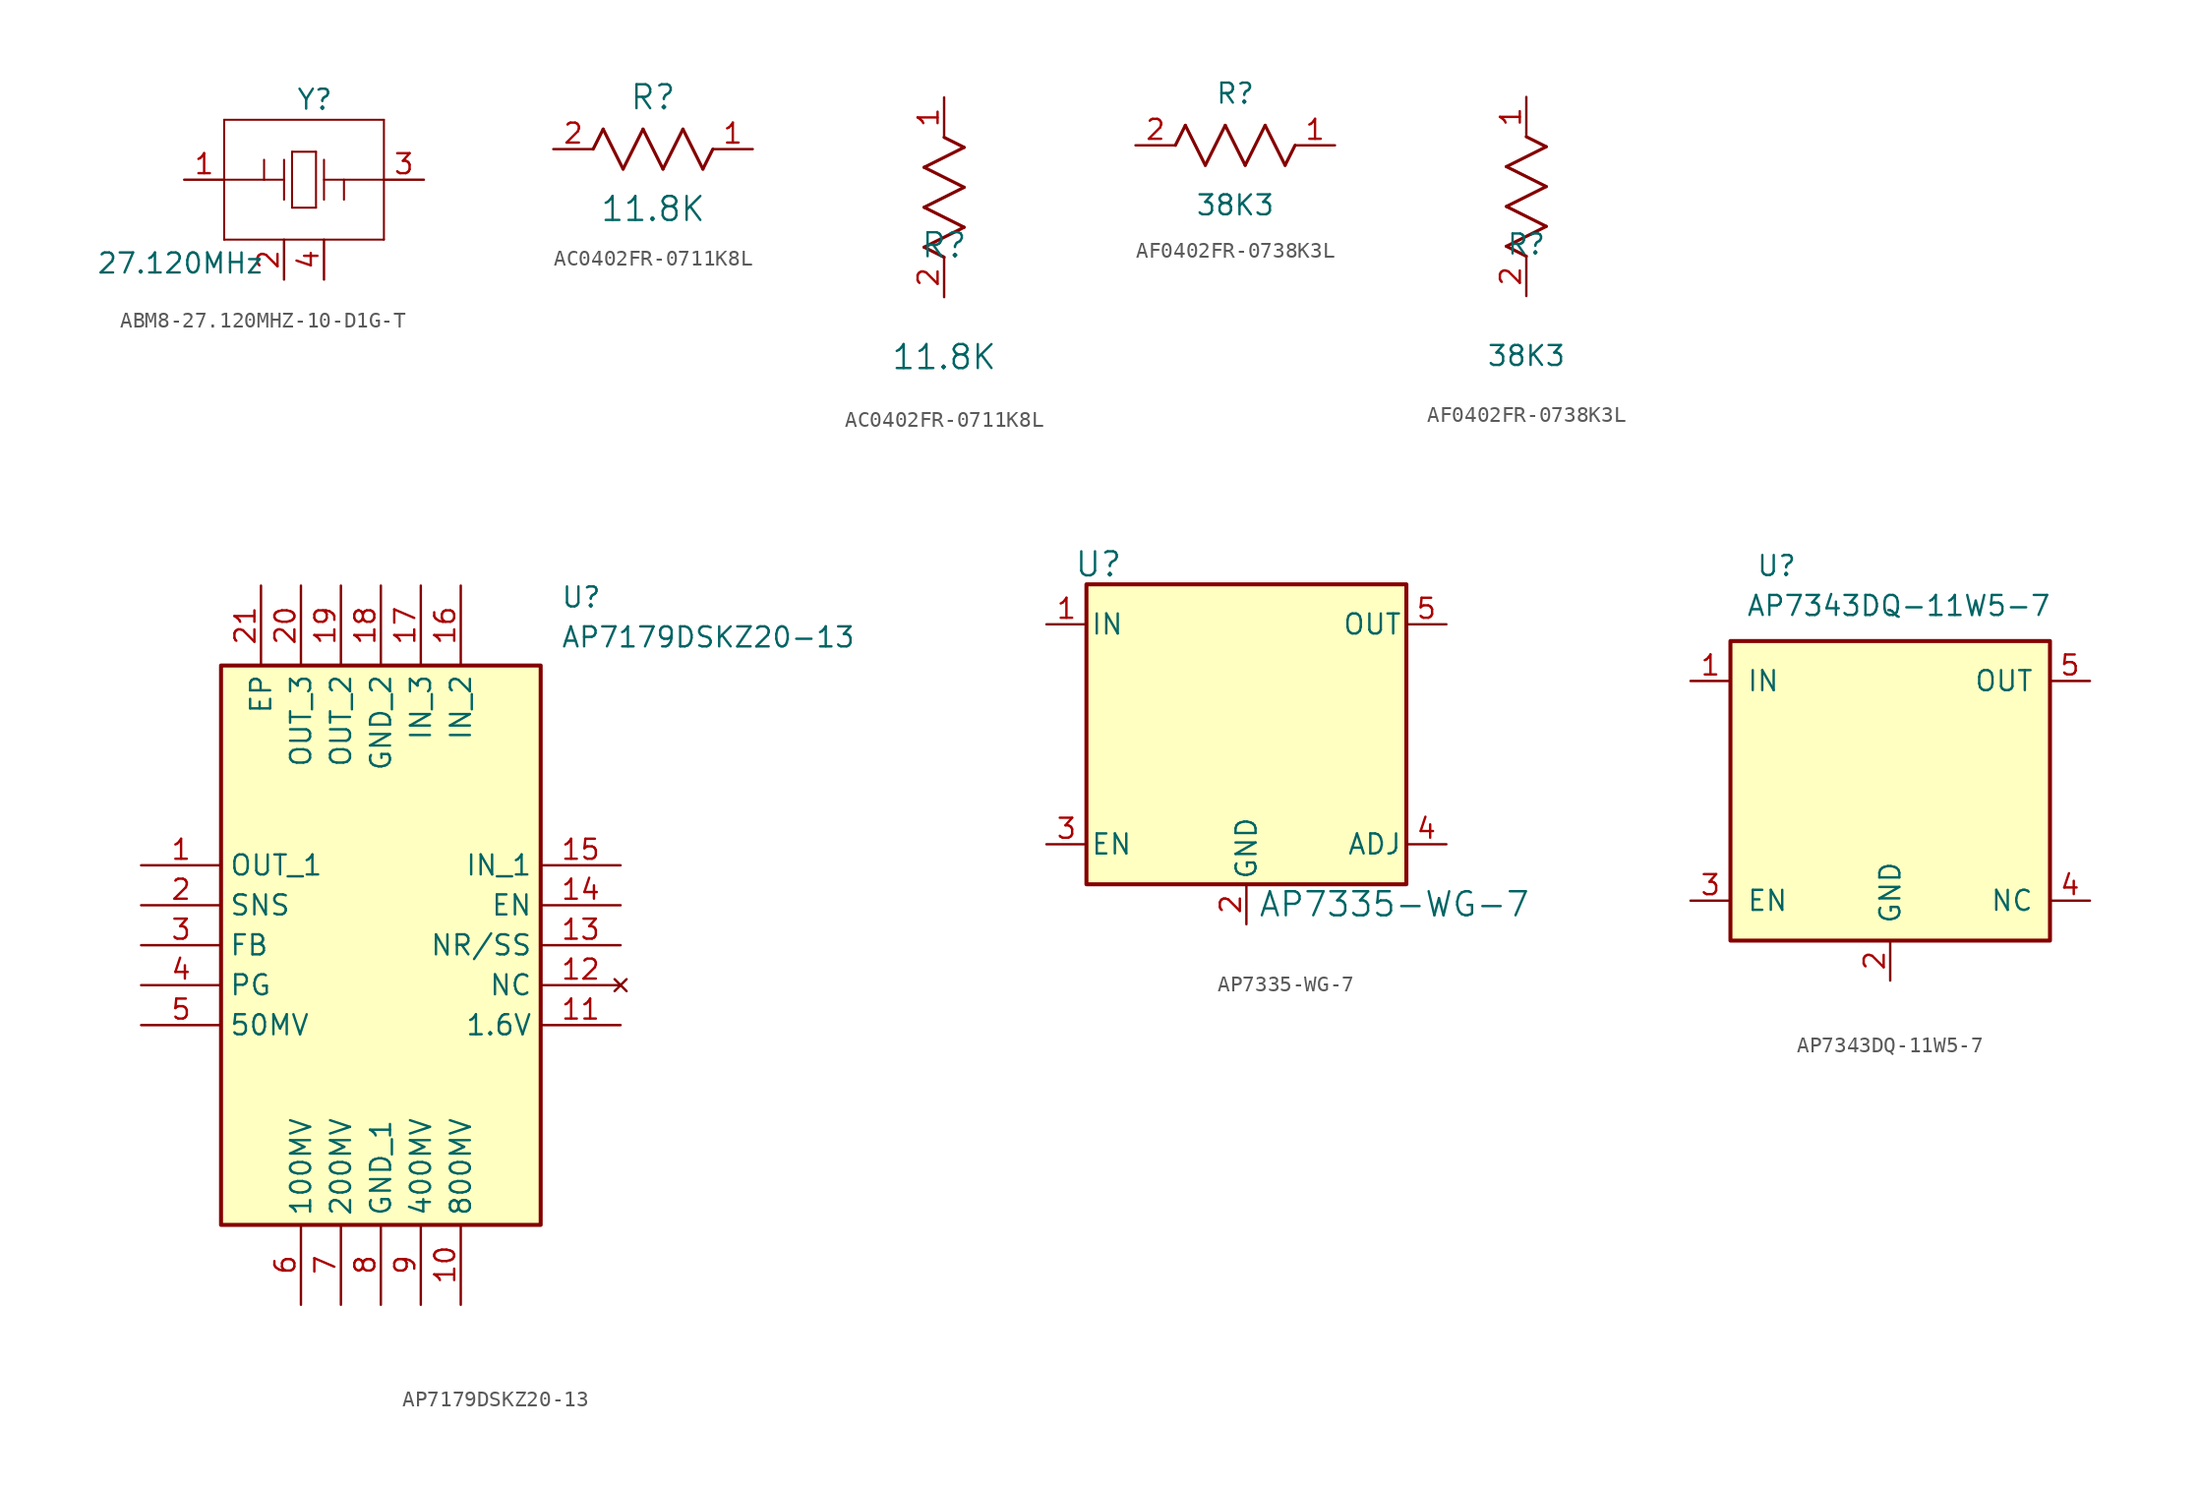
<source format=kicad_sym>
(kicad_symbol_lib
  (version 20241209)
  (generator "kicad_symbol_editor")
  (generator_version "9.0")
  (symbol "ABM8-27.120MHZ-10-D1G-T"
    (pin_names
      (hide yes))
    (property "Reference" "Y"
      (at -0.508 5.842 0)
      (effects (font (size 1.27 1.27)) (justify left top)))
    (property "Value" "27.120MHz"
      (at -13.208 -4.572 0)
      (effects (font (size 1.27 1.27)) (justify left top)))
    (symbol "ABM8-27.120MHZ-10-D1G-T_0_1"
      (polyline (pts (xy -5.08 3.81) (xy -5.08 -3.81)) (stroke (width 0.127) (type default)) (fill (type none)))
      (polyline (pts (xy -5.08 -3.81) (xy 5.08 -3.81)) (stroke (width 0.127) (type default)) (fill (type none)))
      (polyline (pts (xy -2.54 0) (xy -5.08 0)) (stroke (width 0.127) (type default)) (fill (type none)))
      (polyline (pts (xy -2.54 0) (xy -2.54 1.27)) (stroke (width 0.127) (type default)) (fill (type none)))
      (polyline (pts (xy -1.27 1.27) (xy -1.27 -1.27)) (stroke (width 0.127) (type default)) (fill (type none)))
      (polyline (pts (xy -1.27 0) (xy -2.54 0)) (stroke (width 0.127) (type default)) (fill (type none)))
      (polyline (pts (xy -0.762 1.778) (xy -0.762 -1.778)) (stroke (width 0.127) (type default)) (fill (type none)))
      (polyline (pts (xy -0.762 -1.778) (xy 0.762 -1.778)) (stroke (width 0.127) (type default)) (fill (type none)))
      (polyline (pts (xy 0.762 1.778) (xy -0.762 1.778)) (stroke (width 0.127) (type default)) (fill (type none)))
      (polyline (pts (xy 0.762 -1.778) (xy 0.762 1.778)) (stroke (width 0.127) (type default)) (fill (type none)))
      (polyline (pts (xy 1.27 1.27) (xy 1.27 -1.27)) (stroke (width 0.127) (type default)) (fill (type none)))
      (polyline (pts (xy 1.27 0) (xy 2.54 0)) (stroke (width 0.127) (type default)) (fill (type none)))
      (polyline (pts (xy 2.54 0) (xy 2.54 -1.27)) (stroke (width 0.127) (type default)) (fill (type none)))
      (polyline (pts (xy 2.54 0) (xy 5.08 0)) (stroke (width 0.127) (type default)) (fill (type none)))
      (polyline (pts (xy 5.08 3.81) (xy -5.08 3.81)) (stroke (width 0.127) (type default)) (fill (type none)))
      (polyline (pts (xy 5.08 -3.81) (xy 5.08 3.81)) (stroke (width 0.127) (type default)) (fill (type none))))
    (symbol "ABM8-27.120MHZ-10-D1G-T_1_1"
      (pin passive line (at -7.62 0 0) (length 2.54) (name "1" (effects (font (size 1.27 1.27)))) (number "1" (effects (font (size 1.27 1.27)))))
      (pin passive line (at -1.27 -6.35 90) (length 2.54) (name "2" (effects (font (size 1.27 1.27)))) (number "2" (effects (font (size 1.27 1.27)))))
      (pin passive line (at 1.27 -6.35 90) (length 2.54) (name "4" (effects (font (size 1.27 1.27)))) (number "4" (effects (font (size 1.27 1.27)))))
      (pin passive line (at 7.62 0 180) (length 2.54) (name "3" (effects (font (size 1.27 1.27)))) (number "3" (effects (font (size 1.27 1.27)))))))
  (symbol "AC0402FR-0711K8L"
    (pin_names
      (offset 0.254))
    (property "Reference" "R"
      (at 0 3.302 0)
      (effects (font (size 1.524 1.524))))
    (property "Value" "11.8K"
      (at 0 -3.81 0)
      (effects (font (size 1.524 1.524))))
    (symbol "AC0402FR-0711K8L_1_1"
      (polyline (pts (xy -3.81 0) (xy -3.175 1.27)) (stroke (width 0.203) (type default)) (fill (type none)))
      (polyline (pts (xy -3.175 1.27) (xy -1.905 -1.27)) (stroke (width 0.203) (type default)) (fill (type none)))
      (polyline (pts (xy -1.905 -1.27) (xy -0.635 1.27)) (stroke (width 0.203) (type default)) (fill (type none)))
      (polyline (pts (xy -0.635 1.27) (xy 0.635 -1.27)) (stroke (width 0.203) (type default)) (fill (type none)))
      (polyline (pts (xy 0.635 -1.27) (xy 1.905 1.27)) (stroke (width 0.203) (type default)) (fill (type none)))
      (polyline (pts (xy 1.905 1.27) (xy 3.175 -1.27)) (stroke (width 0.203) (type default)) (fill (type none)))
      (polyline (pts (xy 3.175 -1.27) (xy 3.81 0)) (stroke (width 0.203) (type default)) (fill (type none)))
      (pin passive line (at -6.35 0 0) (length 2.54) (name "" (effects (font (size 1.27 1.27)))) (number "2" (effects (font (size 1.27 1.27)))))
      (pin passive line (at 6.35 0 180) (length 2.54) (name "" (effects (font (size 1.27 1.27)))) (number "1" (effects (font (size 1.27 1.27))))))
    (symbol "AC0402FR-0711K8L_1_2"
      (polyline (pts (xy -1.27 8.255) (xy 1.27 9.525)) (stroke (width 0.203) (type default)) (fill (type none)))
      (polyline (pts (xy -1.27 5.715) (xy 1.27 6.985)) (stroke (width 0.203) (type default)) (fill (type none)))
      (polyline (pts (xy -1.27 3.175) (xy 1.27 4.445)) (stroke (width 0.203) (type default)) (fill (type none)))
      (polyline (pts (xy 0 2.54) (xy -1.27 3.175)) (stroke (width 0.203) (type default)) (fill (type none)))
      (polyline (pts (xy 1.27 9.525) (xy 0 10.16)) (stroke (width 0.203) (type default)) (fill (type none)))
      (polyline (pts (xy 1.27 6.985) (xy -1.27 8.255)) (stroke (width 0.203) (type default)) (fill (type none)))
      (polyline (pts (xy 1.27 4.445) (xy -1.27 5.715)) (stroke (width 0.203) (type default)) (fill (type none)))
      (pin unspecified line (at 0 12.7 270) (length 2.54) (name "" (effects (font (size 1.27 1.27)))) (number "1" (effects (font (size 1.27 1.27)))))
      (pin unspecified line (at 0 0 90) (length 2.54) (name "" (effects (font (size 1.27 1.27)))) (number "2" (effects (font (size 1.27 1.27)))))))
  (symbol "AF0402FR-0738K3L"
    (pin_names
      (offset 0.254))
    (property "Reference" "R"
      (at 0 3.302 0)
      (effects (font (size 1.27 1.27))))
    (property "Value" "38K3"
      (at 0 -3.81 0)
      (effects (font (size 1.27 1.27))))
    (symbol "AF0402FR-0738K3L_1_1"
      (polyline (pts (xy -3.81 0) (xy -3.175 1.27)) (stroke (width 0.203) (type default)) (fill (type none)))
      (polyline (pts (xy -3.175 1.27) (xy -1.905 -1.27)) (stroke (width 0.203) (type default)) (fill (type none)))
      (polyline (pts (xy -1.905 -1.27) (xy -0.635 1.27)) (stroke (width 0.203) (type default)) (fill (type none)))
      (polyline (pts (xy -0.635 1.27) (xy 0.635 -1.27)) (stroke (width 0.203) (type default)) (fill (type none)))
      (polyline (pts (xy 0.635 -1.27) (xy 1.905 1.27)) (stroke (width 0.203) (type default)) (fill (type none)))
      (polyline (pts (xy 1.905 1.27) (xy 3.175 -1.27)) (stroke (width 0.203) (type default)) (fill (type none)))
      (polyline (pts (xy 3.175 -1.27) (xy 3.81 0)) (stroke (width 0.203) (type default)) (fill (type none)))
      (pin passive line (at -6.35 0 0) (length 2.54) (name "" (effects (font (size 1.27 1.27)))) (number "2" (effects (font (size 1.27 1.27)))))
      (pin passive line (at 6.35 0 180) (length 2.54) (name "" (effects (font (size 1.27 1.27)))) (number "1" (effects (font (size 1.27 1.27))))))
    (symbol "AF0402FR-0738K3L_1_2"
      (polyline (pts (xy -1.27 8.255) (xy 1.27 9.525)) (stroke (width 0.203) (type default)) (fill (type none)))
      (polyline (pts (xy -1.27 5.715) (xy 1.27 6.985)) (stroke (width 0.203) (type default)) (fill (type none)))
      (polyline (pts (xy -1.27 3.175) (xy 1.27 4.445)) (stroke (width 0.203) (type default)) (fill (type none)))
      (polyline (pts (xy 0 2.54) (xy -1.27 3.175)) (stroke (width 0.203) (type default)) (fill (type none)))
      (polyline (pts (xy 1.27 9.525) (xy 0 10.16)) (stroke (width 0.203) (type default)) (fill (type none)))
      (polyline (pts (xy 1.27 6.985) (xy -1.27 8.255)) (stroke (width 0.203) (type default)) (fill (type none)))
      (polyline (pts (xy 1.27 4.445) (xy -1.27 5.715)) (stroke (width 0.203) (type default)) (fill (type none)))
      (pin unspecified line (at 0 12.7 270) (length 2.54) (name "" (effects (font (size 1.27 1.27)))) (number "1" (effects (font (size 1.27 1.27)))))
      (pin unspecified line (at 0 0 90) (length 2.54) (name "" (effects (font (size 1.27 1.27)))) (number "2" (effects (font (size 1.27 1.27)))))))
  (symbol "AP7179DSKZ20-13"
    (property "Reference" "U"
      (at 26.67 17.78 0)
      (effects (font (size 1.27 1.27)) (justify left top)))
    (property "Value" "AP7179DSKZ20-13"
      (at 26.67 15.24 0)
      (effects (font (size 1.27 1.27)) (justify left top)))
    (symbol "AP7179DSKZ20-13_1_1"
      (rectangle (start 5.08 12.7) (end 25.4 -22.86) (stroke (width 0.254) (type default)) (fill (type background)))
      (pin passive line (at 0 0 0) (length 5.08) (name "OUT_1" (effects (font (size 1.27 1.27)))) (number "1" (effects (font (size 1.27 1.27)))))
      (pin passive line (at 0 -2.54 0) (length 5.08) (name "SNS" (effects (font (size 1.27 1.27)))) (number "2" (effects (font (size 1.27 1.27)))))
      (pin passive line (at 0 -5.08 0) (length 5.08) (name "FB" (effects (font (size 1.27 1.27)))) (number "3" (effects (font (size 1.27 1.27)))))
      (pin passive line (at 0 -7.62 0) (length 5.08) (name "PG" (effects (font (size 1.27 1.27)))) (number "4" (effects (font (size 1.27 1.27)))))
      (pin passive line (at 0 -10.16 0) (length 5.08) (name "50MV" (effects (font (size 1.27 1.27)))) (number "5" (effects (font (size 1.27 1.27)))))
      (pin passive line (at 7.62 17.78 270) (length 5.08) (name "EP" (effects (font (size 1.27 1.27)))) (number "21" (effects (font (size 1.27 1.27)))))
      (pin passive line (at 10.16 17.78 270) (length 5.08) (name "OUT_3" (effects (font (size 1.27 1.27)))) (number "20" (effects (font (size 1.27 1.27)))))
      (pin passive line (at 10.16 -27.94 90) (length 5.08) (name "100MV" (effects (font (size 1.27 1.27)))) (number "6" (effects (font (size 1.27 1.27)))))
      (pin passive line (at 12.7 17.78 270) (length 5.08) (name "OUT_2" (effects (font (size 1.27 1.27)))) (number "19" (effects (font (size 1.27 1.27)))))
      (pin passive line (at 12.7 -27.94 90) (length 5.08) (name "200MV" (effects (font (size 1.27 1.27)))) (number "7" (effects (font (size 1.27 1.27)))))
      (pin passive line (at 15.24 17.78 270) (length 5.08) (name "GND_2" (effects (font (size 1.27 1.27)))) (number "18" (effects (font (size 1.27 1.27)))))
      (pin passive line (at 15.24 -27.94 90) (length 5.08) (name "GND_1" (effects (font (size 1.27 1.27)))) (number "8" (effects (font (size 1.27 1.27)))))
      (pin passive line (at 17.78 17.78 270) (length 5.08) (name "IN_3" (effects (font (size 1.27 1.27)))) (number "17" (effects (font (size 1.27 1.27)))))
      (pin passive line (at 17.78 -27.94 90) (length 5.08) (name "400MV" (effects (font (size 1.27 1.27)))) (number "9" (effects (font (size 1.27 1.27)))))
      (pin passive line (at 20.32 17.78 270) (length 5.08) (name "IN_2" (effects (font (size 1.27 1.27)))) (number "16" (effects (font (size 1.27 1.27)))))
      (pin passive line (at 20.32 -27.94 90) (length 5.08) (name "800MV" (effects (font (size 1.27 1.27)))) (number "10" (effects (font (size 1.27 1.27)))))
      (pin passive line (at 30.48 0 180) (length 5.08) (name "IN_1" (effects (font (size 1.27 1.27)))) (number "15" (effects (font (size 1.27 1.27)))))
      (pin passive line (at 30.48 -2.54 180) (length 5.08) (name "EN" (effects (font (size 1.27 1.27)))) (number "14" (effects (font (size 1.27 1.27)))))
      (pin passive line (at 30.48 -5.08 180) (length 5.08) (name "NR/SS" (effects (font (size 1.27 1.27)))) (number "13" (effects (font (size 1.27 1.27)))))
      (pin no_connect line (at 30.48 -7.62 180) (length 5.08) (name "NC" (effects (font (size 1.27 1.27)))) (number "12" (effects (font (size 1.27 1.27)))))
      (pin passive line (at 30.48 -10.16 180) (length 5.08) (name "1.6V" (effects (font (size 1.27 1.27)))) (number "11" (effects (font (size 1.27 1.27)))))))
  (symbol "AP7335-WG-7"
    (pin_names
      (offset 0.254))
    (property "Reference" "U"
      (at -9.398 10.16 0)
      (effects (font (size 1.524 1.524))))
    (property "Value" "AP7335-WG-7"
      (at 9.398 -11.43 0)
      (effects (font (size 1.524 1.524))))
    (symbol "AP7335-WG-7_0_1"
      (polyline (pts (xy -10.16 7.62) (xy -10.16 -7.62)) (stroke (width 0.127) (type default)) (fill (type none)))
      (polyline (pts (xy -10.16 -10.16) (xy 10.16 -10.16)) (stroke (width 0.127) (type default)) (fill (type none)))
      (polyline (pts (xy 10.16 8.89) (xy -10.16 8.89)) (stroke (width 0.127) (type default)) (fill (type none)))
      (polyline (pts (xy 10.16 -7.62) (xy 10.16 7.62)) (stroke (width 0.127) (type default)) (fill (type none))))
    (symbol "AP7335-WG-7_1_1"
      (rectangle (start -10.16 8.89) (end 10.16 -10.16) (stroke (width 0.254) (type default)) (fill (type background)))
      (pin power_in line (at -12.7 6.35 0) (length 2.54) (name "IN" (effects (font (size 1.27 1.27)))) (number "1" (effects (font (size 1.27 1.27)))))
      (pin input line (at -12.7 -7.62 0) (length 2.54) (name "EN" (effects (font (size 1.27 1.27)))) (number "3" (effects (font (size 1.27 1.27)))))
      (pin power_in line (at 0 -12.7 90) (length 2.54) (name "GND" (effects (font (size 1.27 1.27)))) (number "2" (effects (font (size 1.27 1.27)))))
      (pin power_out line (at 12.7 6.35 180) (length 2.54) (name "OUT" (effects (font (size 1.27 1.27)))) (number "5" (effects (font (size 1.27 1.27)))))
      (pin bidirectional line (at 12.7 -7.62 180) (length 2.54) (name "ADJ" (effects (font (size 1.27 1.27)))) (number "4" (effects (font (size 1.27 1.27)))))))
  (symbol "AP7343DQ-11W5-7"
    (pin_names
      (offset 1.016))
    (property "Reference" "U"
      (at 15.595 9.119 0)
      (effects (font (size 1.27 1.27)) (justify left bottom)))
    (property "Value" "AP7343DQ-11W5-7"
      (at 14.955 6.579 0)
      (effects (font (size 1.27 1.27)) (justify left bottom)))
    (symbol "AP7343DQ-11W5-7_0_1"
      (polyline (pts (xy 13.97 3.81) (xy 13.97 -11.43)) (stroke (width 0.127) (type default)) (fill (type none)))
      (polyline (pts (xy 13.97 -13.97) (xy 34.29 -13.97)) (stroke (width 0.127) (type default)) (fill (type none)))
      (polyline (pts (xy 34.29 5.08) (xy 13.97 5.08)) (stroke (width 0.127) (type default)) (fill (type none)))
      (polyline (pts (xy 34.29 -11.43) (xy 34.29 3.81)) (stroke (width 0.127) (type default)) (fill (type none))))
    (symbol "AP7343DQ-11W5-7_1_1"
      (rectangle (start 13.97 5.08) (end 34.29 -13.97) (stroke (width 0.254) (type default)) (fill (type background)))
      (pin power_in line (at 11.43 2.54 0) (length 2.54) (name "IN" (effects (font (size 1.27 1.27)))) (number "1" (effects (font (size 1.27 1.27)))))
      (pin input line (at 11.43 -11.43 0) (length 2.54) (name "EN" (effects (font (size 1.27 1.27)))) (number "3" (effects (font (size 1.27 1.27)))))
      (pin power_in line (at 24.13 -16.51 90) (length 2.54) (name "GND" (effects (font (size 1.27 1.27)))) (number "2" (effects (font (size 1.27 1.27)))))
      (pin power_out line (at 36.83 2.54 180) (length 2.54) (name "OUT" (effects (font (size 1.27 1.27)))) (number "5" (effects (font (size 1.27 1.27)))))
      (pin bidirectional line (at 36.83 -11.43 180) (length 2.54) (name "NC" (effects (font (size 1.27 1.27)))) (number "4" (effects (font (size 1.27 1.27))))))))
</source>
